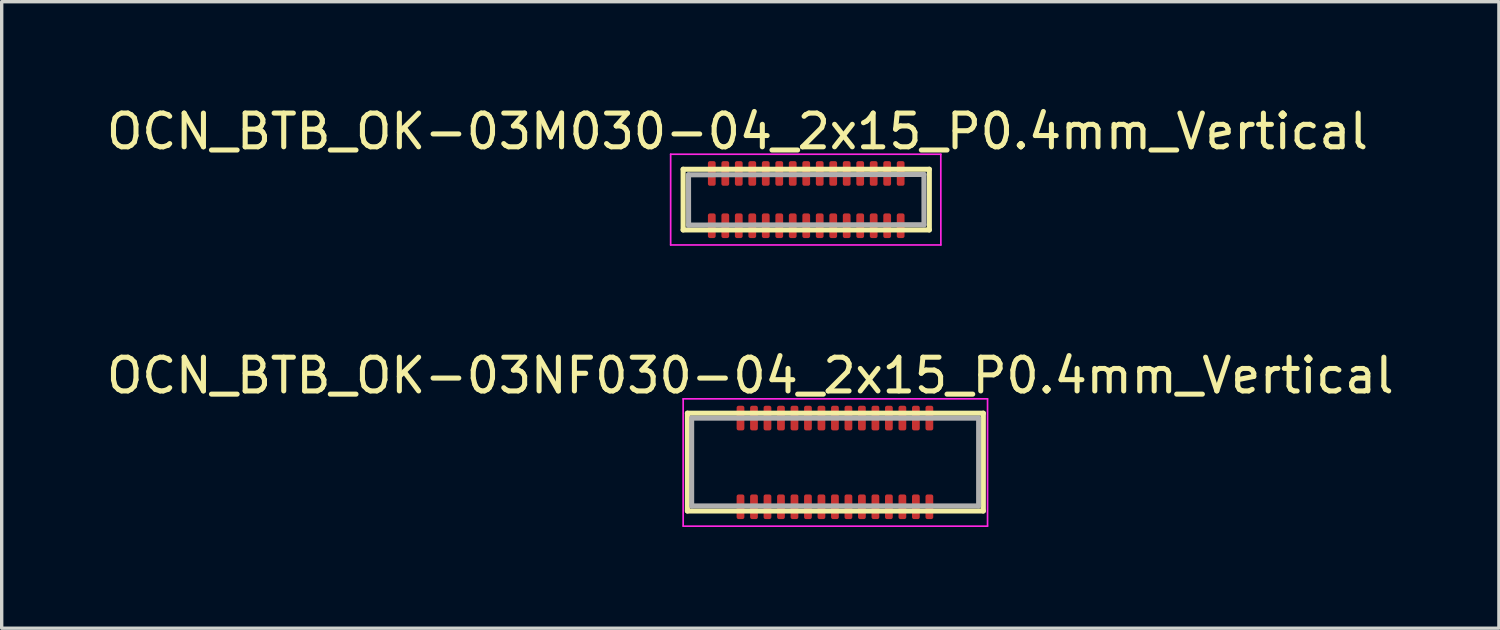
<source format=kicad_pcb>
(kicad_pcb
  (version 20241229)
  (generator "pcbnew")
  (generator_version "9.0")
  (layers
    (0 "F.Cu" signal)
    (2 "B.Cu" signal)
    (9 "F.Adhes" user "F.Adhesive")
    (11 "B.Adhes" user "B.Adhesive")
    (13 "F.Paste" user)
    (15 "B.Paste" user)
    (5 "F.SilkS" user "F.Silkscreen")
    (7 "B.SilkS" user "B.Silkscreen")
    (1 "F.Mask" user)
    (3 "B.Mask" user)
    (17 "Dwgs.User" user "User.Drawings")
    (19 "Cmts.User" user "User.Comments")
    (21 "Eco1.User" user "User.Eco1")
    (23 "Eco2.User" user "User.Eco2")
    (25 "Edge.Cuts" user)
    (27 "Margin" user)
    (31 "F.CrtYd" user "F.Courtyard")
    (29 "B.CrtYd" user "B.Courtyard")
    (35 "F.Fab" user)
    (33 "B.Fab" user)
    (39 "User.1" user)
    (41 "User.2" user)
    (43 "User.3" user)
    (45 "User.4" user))
  (footprint "OCN_BTB_OK-03M030-04_2x15_P0.4mm_Vertical"
    (layer "F.Cu")
    (at 20.855 2.868)
    (property "Reference" "OCN_BTB_OK-03M030-04_2x15_P0.4mm_Vertical" (at -2.04 -2.02 0) (layer "F.SilkS") (effects (font (size 1 1) (thickness 0.15))))
    (attr smd)
    (fp_line (start -3.65 -0.9) (end 3.65 -0.9) (stroke (width 0.15) (type solid)) (layer "F.SilkS"))
    (fp_line (start -3.65 0.9) (end -3.65 -0.9) (stroke (width 0.15) (type solid)) (layer "F.SilkS"))
    (fp_line (start 3.65 -0.9) (end 3.65 0.9) (stroke (width 0.15) (type solid)) (layer "F.SilkS"))
    (fp_line (start 3.65 0.9) (end -3.65 0.9) (stroke (width 0.15) (type solid)) (layer "F.SilkS"))
    (fp_line (start -4.02 -1.345) (end 3.99 -1.345) (stroke (width 0.05) (type solid)) (layer "F.CrtYd"))
    (fp_line (start -4.02 1.345) (end -4.02 -1.345) (stroke (width 0.05) (type solid)) (layer "F.CrtYd"))
    (fp_line (start 3.99 1.345) (end -4.02 1.345) (stroke (width 0.05) (type solid)) (layer "F.CrtYd"))
    (fp_line (start 3.992 1.345) (end 3.99 -1.345) (stroke (width 0.05) (type solid)) (layer "F.CrtYd"))
    (fp_line (start -3.49 -0.735) (end 3.49 -0.745) (stroke (width 0.15) (type solid)) (layer "F.Fab"))
    (fp_line (start -3.488 0.76) (end -3.49 -0.735) (stroke (width 0.15) (type solid)) (layer "F.Fab"))
    (fp_line (start 3.49 -0.745) (end 3.491 0.75) (stroke (width 0.15) (type solid)) (layer "F.Fab"))
    (fp_line (start 3.49 0.745) (end -3.49 0.755) (stroke (width 0.15) (type solid)) (layer "F.Fab"))
    (pad "1" smd roundrect (at -2.8 -0.775 90) (size 0.73 0.23) (layers "F.Cu" "F.Mask" "F.Paste") (roundrect_rratio 0.25))
    (pad "2" smd roundrect (at -2.4 -0.775 90) (size 0.73 0.23) (layers "F.Cu" "F.Mask" "F.Paste") (roundrect_rratio 0.25))
    (pad "3" smd roundrect (at -2 -0.775 90) (size 0.73 0.23) (layers "F.Cu" "F.Mask" "F.Paste") (roundrect_rratio 0.25))
    (pad "4" smd roundrect (at -1.6 -0.775 90) (size 0.73 0.23) (layers "F.Cu" "F.Mask" "F.Paste") (roundrect_rratio 0.25))
    (pad "5" smd roundrect (at -1.2 -0.775 90) (size 0.73 0.23) (layers "F.Cu" "F.Mask" "F.Paste") (roundrect_rratio 0.25))
    (pad "6" smd roundrect (at -0.8 -0.775 90) (size 0.73 0.23) (layers "F.Cu" "F.Mask" "F.Paste") (roundrect_rratio 0.25))
    (pad "7" smd roundrect (at -0.4 -0.775 90) (size 0.73 0.23) (layers "F.Cu" "F.Mask" "F.Paste") (roundrect_rratio 0.25))
    (pad "8" smd roundrect (at 0 -0.775 90) (size 0.73 0.23) (layers "F.Cu" "F.Mask" "F.Paste") (roundrect_rratio 0.25))
    (pad "9" smd roundrect (at 0.4 -0.775 90) (size 0.73 0.23) (layers "F.Cu" "F.Mask" "F.Paste") (roundrect_rratio 0.25))
    (pad "10" smd roundrect (at 0.8 -0.775 90) (size 0.73 0.23) (layers "F.Cu" "F.Mask" "F.Paste") (roundrect_rratio 0.25))
    (pad "11" smd roundrect (at 1.2 -0.775 90) (size 0.73 0.23) (layers "F.Cu" "F.Mask" "F.Paste") (roundrect_rratio 0.25))
    (pad "12" smd roundrect (at 1.6 -0.775 90) (size 0.73 0.23) (layers "F.Cu" "F.Mask" "F.Paste") (roundrect_rratio 0.25))
    (pad "13" smd roundrect (at 2 -0.775 90) (size 0.73 0.23) (layers "F.Cu" "F.Mask" "F.Paste") (roundrect_rratio 0.25))
    (pad "14" smd roundrect (at 2.4 -0.775 90) (size 0.73 0.23) (layers "F.Cu" "F.Mask" "F.Paste") (roundrect_rratio 0.25))
    (pad "15" smd roundrect (at 2.8 -0.775 90) (size 0.73 0.23) (layers "F.Cu" "F.Mask" "F.Paste") (roundrect_rratio 0.25))
    (pad "16" smd roundrect (at 2.8 0.775 90) (size 0.73 0.23) (layers "F.Cu" "F.Mask" "F.Paste") (roundrect_rratio 0.25))
    (pad "17" smd roundrect (at 2.4 0.775 90) (size 0.73 0.23) (layers "F.Cu" "F.Mask" "F.Paste") (roundrect_rratio 0.25))
    (pad "18" smd roundrect (at 2 0.775 90) (size 0.73 0.23) (layers "F.Cu" "F.Mask" "F.Paste") (roundrect_rratio 0.25))
    (pad "19" smd roundrect (at 1.6 0.775 90) (size 0.73 0.23) (layers "F.Cu" "F.Mask" "F.Paste") (roundrect_rratio 0.25))
    (pad "20" smd roundrect (at 1.2 0.775 90) (size 0.73 0.23) (layers "F.Cu" "F.Mask" "F.Paste") (roundrect_rratio 0.25))
    (pad "21" smd roundrect (at 0.8 0.775 90) (size 0.73 0.23) (layers "F.Cu" "F.Mask" "F.Paste") (roundrect_rratio 0.25))
    (pad "22" smd roundrect (at 0.4 0.775 90) (size 0.73 0.23) (layers "F.Cu" "F.Mask" "F.Paste") (roundrect_rratio 0.25))
    (pad "23" smd roundrect (at 0 0.775 90) (size 0.73 0.23) (layers "F.Cu" "F.Mask" "F.Paste") (roundrect_rratio 0.25))
    (pad "24" smd roundrect (at -0.4 0.775 90) (size 0.73 0.23) (layers "F.Cu" "F.Mask" "F.Paste") (roundrect_rratio 0.25))
    (pad "25" smd roundrect (at -0.8 0.775 90) (size 0.73 0.23) (layers "F.Cu" "F.Mask" "F.Paste") (roundrect_rratio 0.25))
    (pad "26" smd roundrect (at -1.2 0.775 90) (size 0.73 0.23) (layers "F.Cu" "F.Mask" "F.Paste") (roundrect_rratio 0.25))
    (pad "27" smd roundrect (at -1.6 0.775 90) (size 0.73 0.23) (layers "F.Cu" "F.Mask" "F.Paste") (roundrect_rratio 0.25))
    (pad "28" smd roundrect (at -2 0.775 90) (size 0.73 0.23) (layers "F.Cu" "F.Mask" "F.Paste") (roundrect_rratio 0.25))
    (pad "29" smd roundrect (at -2.4 0.775 90) (size 0.73 0.23) (layers "F.Cu" "F.Mask" "F.Paste") (roundrect_rratio 0.25))
    (pad "30" smd roundrect (at -2.8 0.775 90) (size 0.73 0.23) (layers "F.Cu" "F.Mask" "F.Paste") (roundrect_rratio 0.25)))
  (footprint "OCN_BTB_OK-03NF030-04_2x15_P0.4mm_Vertical"
    (layer "F.Cu")
    (at 21.706 10.576)
    (property "Reference" "OCN_BTB_OK-03NF030-04_2x15_P0.4mm_Vertical" (at -2.51 -2.49 0) (layer "F.SilkS") (effects (font (size 1 1) (thickness 0.15))))
    (attr smd)
    (fp_line (start -4.375 -1.375) (end 4.4 -1.375) (stroke (width 0.15) (type solid)) (layer "F.SilkS"))
    (fp_line (start -4.375 1.525) (end -4.375 -1.375) (stroke (width 0.15) (type solid)) (layer "F.SilkS"))
    (fp_line (start 4.4 -1.375) (end 4.4 1.525) (stroke (width 0.15) (type solid)) (layer "F.SilkS"))
    (fp_line (start 4.4 1.525) (end -4.375 1.525) (stroke (width 0.15) (type solid)) (layer "F.SilkS"))
    (fp_line (start -4.5 -1.8) (end 4.525 -1.8) (stroke (width 0.05) (type solid)) (layer "F.CrtYd"))
    (fp_line (start -4.5 1.97) (end -4.5 -1.8) (stroke (width 0.05) (type solid)) (layer "F.CrtYd"))
    (fp_line (start 4.525 1.97) (end 4.525 -1.8) (stroke (width 0.05) (type solid)) (layer "F.CrtYd"))
    (fp_line (start 4.525 1.975) (end -4.5 1.975) (stroke (width 0.05) (type solid)) (layer "F.CrtYd"))
    (fp_line (start -4.248 -1.229) (end 4.261 -1.229) (stroke (width 0.15) (type solid)) (layer "F.Fab"))
    (fp_line (start -4.248 1.375) (end -4.248 -1.229) (stroke (width 0.15) (type solid)) (layer "F.Fab"))
    (fp_line (start 4.261 -1.229) (end 4.261 1.375) (stroke (width 0.15) (type solid)) (layer "F.Fab"))
    (fp_line (start 4.261 1.375) (end -4.248 1.375) (stroke (width 0.15) (type solid)) (layer "F.Fab"))
    (pad "1" smd roundrect (at -2.8 1.4 90) (size 0.73 0.23) (layers "F.Cu" "F.Mask" "F.Paste") (roundrect_rratio 0.25))
    (pad "2" smd roundrect (at -2.4 1.4 90) (size 0.73 0.23) (layers "F.Cu" "F.Mask" "F.Paste") (roundrect_rratio 0.25))
    (pad "3" smd roundrect (at -2 1.4 90) (size 0.73 0.23) (layers "F.Cu" "F.Mask" "F.Paste") (roundrect_rratio 0.25))
    (pad "4" smd roundrect (at -1.6 1.4 90) (size 0.73 0.23) (layers "F.Cu" "F.Mask" "F.Paste") (roundrect_rratio 0.25))
    (pad "5" smd roundrect (at -1.2 1.4 90) (size 0.73 0.23) (layers "F.Cu" "F.Mask" "F.Paste") (roundrect_rratio 0.25))
    (pad "6" smd roundrect (at -0.8 1.4 90) (size 0.73 0.23) (layers "F.Cu" "F.Mask" "F.Paste") (roundrect_rratio 0.25))
    (pad "7" smd roundrect (at -0.4 1.4 90) (size 0.73 0.23) (layers "F.Cu" "F.Mask" "F.Paste") (roundrect_rratio 0.25))
    (pad "8" smd roundrect (at 0 1.4 90) (size 0.73 0.23) (layers "F.Cu" "F.Mask" "F.Paste") (roundrect_rratio 0.25))
    (pad "9" smd roundrect (at 0.4 1.4 90) (size 0.73 0.23) (layers "F.Cu" "F.Mask" "F.Paste") (roundrect_rratio 0.25))
    (pad "10" smd roundrect (at 0.8 1.4 90) (size 0.73 0.23) (layers "F.Cu" "F.Mask" "F.Paste") (roundrect_rratio 0.25))
    (pad "11" smd roundrect (at 1.2 1.4 90) (size 0.73 0.23) (layers "F.Cu" "F.Mask" "F.Paste") (roundrect_rratio 0.25))
    (pad "12" smd roundrect (at 1.6 1.4 90) (size 0.73 0.23) (layers "F.Cu" "F.Mask" "F.Paste") (roundrect_rratio 0.25))
    (pad "13" smd roundrect (at 2 1.4 90) (size 0.73 0.23) (layers "F.Cu" "F.Mask" "F.Paste") (roundrect_rratio 0.25))
    (pad "14" smd roundrect (at 2.4 1.4 90) (size 0.73 0.23) (layers "F.Cu" "F.Mask" "F.Paste") (roundrect_rratio 0.25))
    (pad "15" smd roundrect (at 2.8 1.4 90) (size 0.73 0.23) (layers "F.Cu" "F.Mask" "F.Paste") (roundrect_rratio 0.25))
    (pad "16" smd roundrect (at 2.8 -1.23 90) (size 0.73 0.23) (layers "F.Cu" "F.Mask" "F.Paste") (roundrect_rratio 0.25))
    (pad "17" smd roundrect (at 2.4 -1.23 90) (size 0.73 0.23) (layers "F.Cu" "F.Mask" "F.Paste") (roundrect_rratio 0.25))
    (pad "18" smd roundrect (at 2 -1.23 90) (size 0.73 0.23) (layers "F.Cu" "F.Mask" "F.Paste") (roundrect_rratio 0.25))
    (pad "19" smd roundrect (at 1.6 -1.23 90) (size 0.73 0.23) (layers "F.Cu" "F.Mask" "F.Paste") (roundrect_rratio 0.25))
    (pad "20" smd roundrect (at 1.2 -1.23 90) (size 0.73 0.23) (layers "F.Cu" "F.Mask" "F.Paste") (roundrect_rratio 0.25))
    (pad "21" smd roundrect (at 0.8 -1.23 90) (size 0.73 0.23) (layers "F.Cu" "F.Mask" "F.Paste") (roundrect_rratio 0.25))
    (pad "22" smd roundrect (at 0.4 -1.23 90) (size 0.73 0.23) (layers "F.Cu" "F.Mask" "F.Paste") (roundrect_rratio 0.25))
    (pad "23" smd roundrect (at 0 -1.23 90) (size 0.73 0.23) (layers "F.Cu" "F.Mask" "F.Paste") (roundrect_rratio 0.25))
    (pad "24" smd roundrect (at -0.4 -1.23 90) (size 0.73 0.23) (layers "F.Cu" "F.Mask" "F.Paste") (roundrect_rratio 0.25))
    (pad "25" smd roundrect (at -0.8 -1.23 90) (size 0.73 0.23) (layers "F.Cu" "F.Mask" "F.Paste") (roundrect_rratio 0.25))
    (pad "26" smd roundrect (at -1.2 -1.23 90) (size 0.73 0.23) (layers "F.Cu" "F.Mask" "F.Paste") (roundrect_rratio 0.25))
    (pad "27" smd roundrect (at -1.6 -1.23 90) (size 0.73 0.23) (layers "F.Cu" "F.Mask" "F.Paste") (roundrect_rratio 0.25))
    (pad "28" smd roundrect (at -2 -1.23 90) (size 0.73 0.23) (layers "F.Cu" "F.Mask" "F.Paste") (roundrect_rratio 0.25))
    (pad "29" smd roundrect (at -2.4 -1.23 90) (size 0.73 0.23) (layers "F.Cu" "F.Mask" "F.Paste") (roundrect_rratio 0.25))
    (pad "30" smd roundrect (at -2.8 -1.23 90) (size 0.73 0.23) (layers "F.Cu" "F.Mask" "F.Paste") (roundrect_rratio 0.25)))
  (gr_rect
    (start -3 -3)
    (end 41.393 15.576)
    (stroke (width 0.1) (type default))
    (fill no)
    (layer "Edge.Cuts")))
</source>
